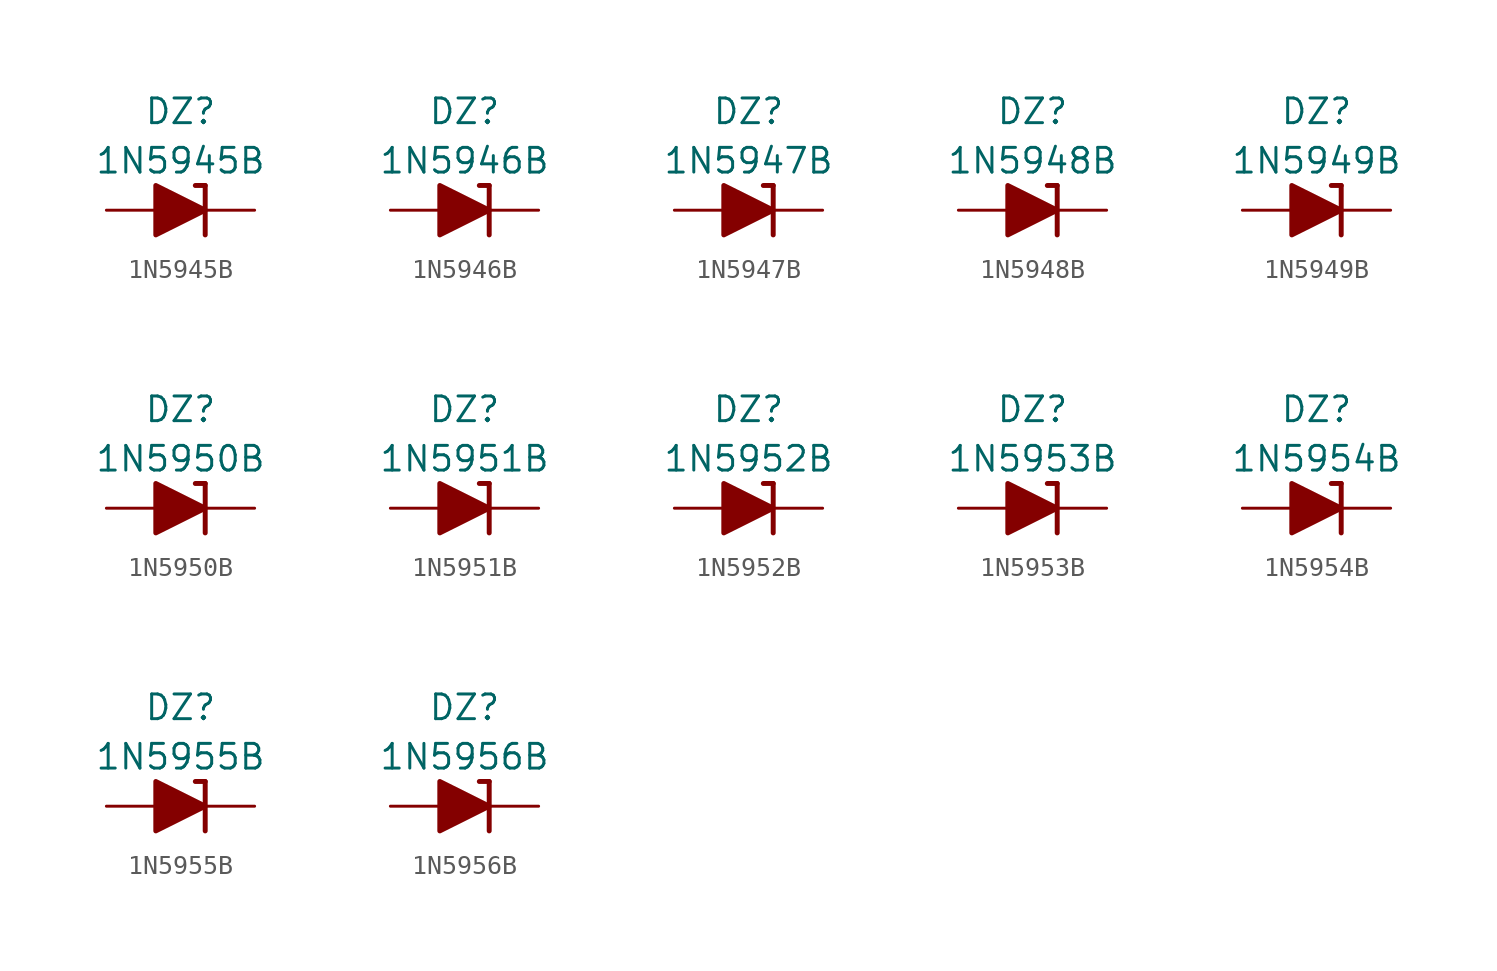
<source format=kicad_sym>
(kicad_symbol_lib
  (version 20211014)
  (generator kicad_symbol_editor)
  (symbol "1N5945B"
    (pin_numbers hide)
    (pin_names
      (offset 1.016) hide)
    (property "Reference" "DZ"
      (at 0 5.08 0)
      (effects (font (size 1.27 1.27))))
    (property "Value" "1N5945B"
      (at 0 2.54 0)
      (effects (font (size 1.27 1.27))))
    (symbol "1N5945B_0_1"
      (polyline (pts (xy -1.27 0) (xy 1.27 0)) (stroke (width 0) (type default) (color 0 0 0 0)) (fill (type none)))
      (polyline (pts (xy 1.27 1.27) (xy 0.762 1.27)) (stroke (width 0.254) (type default) (color 0 0 0 0)) (fill (type none)))
      (polyline (pts (xy 1.27 1.27) (xy 1.27 -1.27)) (stroke (width 0.254) (type default) (color 0 0 0 0)) (fill (type none)))
      (polyline (pts (xy -1.27 -1.27) (xy -1.27 1.27) (xy 1.27 0) (xy -1.27 -1.27)) (stroke (width 0.254) (type default) (color 0 0 0 0)) (fill (type outline))))
    (symbol "1N5945B_1_1"
      (pin passive line (at 3.81 0 180) (length 2.54) (name "K" (effects (font (size 1.27 1.27)))) (number "1" (effects (font (size 1.27 1.27)))))
      (pin passive line (at -3.81 0 0) (length 2.54) (name "A" (effects (font (size 1.27 1.27)))) (number "2" (effects (font (size 1.27 1.27)))))))
  (symbol "1N5946B"
    (pin_numbers hide)
    (pin_names
      (offset 1.016) hide)
    (property "Reference" "DZ"
      (at 0 5.08 0)
      (effects (font (size 1.27 1.27))))
    (property "Value" "1N5946B"
      (at 0 2.54 0)
      (effects (font (size 1.27 1.27))))
    (symbol "1N5946B_0_1"
      (polyline (pts (xy -1.27 0) (xy 1.27 0)) (stroke (width 0) (type default) (color 0 0 0 0)) (fill (type none)))
      (polyline (pts (xy 1.27 1.27) (xy 0.762 1.27)) (stroke (width 0.254) (type default) (color 0 0 0 0)) (fill (type none)))
      (polyline (pts (xy 1.27 1.27) (xy 1.27 -1.27)) (stroke (width 0.254) (type default) (color 0 0 0 0)) (fill (type none)))
      (polyline (pts (xy -1.27 -1.27) (xy -1.27 1.27) (xy 1.27 0) (xy -1.27 -1.27)) (stroke (width 0.254) (type default) (color 0 0 0 0)) (fill (type outline))))
    (symbol "1N5946B_1_1"
      (pin passive line (at 3.81 0 180) (length 2.54) (name "K" (effects (font (size 1.27 1.27)))) (number "1" (effects (font (size 1.27 1.27)))))
      (pin passive line (at -3.81 0 0) (length 2.54) (name "A" (effects (font (size 1.27 1.27)))) (number "2" (effects (font (size 1.27 1.27)))))))
  (symbol "1N5947B"
    (pin_numbers hide)
    (pin_names
      (offset 1.016) hide)
    (property "Reference" "DZ"
      (at 0 5.08 0)
      (effects (font (size 1.27 1.27))))
    (property "Value" "1N5947B"
      (at 0 2.54 0)
      (effects (font (size 1.27 1.27))))
    (symbol "1N5947B_0_1"
      (polyline (pts (xy -1.27 0) (xy 1.27 0)) (stroke (width 0) (type default) (color 0 0 0 0)) (fill (type none)))
      (polyline (pts (xy 1.27 1.27) (xy 0.762 1.27)) (stroke (width 0.254) (type default) (color 0 0 0 0)) (fill (type none)))
      (polyline (pts (xy 1.27 1.27) (xy 1.27 -1.27)) (stroke (width 0.254) (type default) (color 0 0 0 0)) (fill (type none)))
      (polyline (pts (xy -1.27 -1.27) (xy -1.27 1.27) (xy 1.27 0) (xy -1.27 -1.27)) (stroke (width 0.254) (type default) (color 0 0 0 0)) (fill (type outline))))
    (symbol "1N5947B_1_1"
      (pin passive line (at 3.81 0 180) (length 2.54) (name "K" (effects (font (size 1.27 1.27)))) (number "1" (effects (font (size 1.27 1.27)))))
      (pin passive line (at -3.81 0 0) (length 2.54) (name "A" (effects (font (size 1.27 1.27)))) (number "2" (effects (font (size 1.27 1.27)))))))
  (symbol "1N5948B"
    (pin_numbers hide)
    (pin_names
      (offset 1.016) hide)
    (property "Reference" "DZ"
      (at 0 5.08 0)
      (effects (font (size 1.27 1.27))))
    (property "Value" "1N5948B"
      (at 0 2.54 0)
      (effects (font (size 1.27 1.27))))
    (symbol "1N5948B_0_1"
      (polyline (pts (xy -1.27 0) (xy 1.27 0)) (stroke (width 0) (type default) (color 0 0 0 0)) (fill (type none)))
      (polyline (pts (xy 1.27 1.27) (xy 0.762 1.27)) (stroke (width 0.254) (type default) (color 0 0 0 0)) (fill (type none)))
      (polyline (pts (xy 1.27 1.27) (xy 1.27 -1.27)) (stroke (width 0.254) (type default) (color 0 0 0 0)) (fill (type none)))
      (polyline (pts (xy -1.27 -1.27) (xy -1.27 1.27) (xy 1.27 0) (xy -1.27 -1.27)) (stroke (width 0.254) (type default) (color 0 0 0 0)) (fill (type outline))))
    (symbol "1N5948B_1_1"
      (pin passive line (at 3.81 0 180) (length 2.54) (name "K" (effects (font (size 1.27 1.27)))) (number "1" (effects (font (size 1.27 1.27)))))
      (pin passive line (at -3.81 0 0) (length 2.54) (name "A" (effects (font (size 1.27 1.27)))) (number "2" (effects (font (size 1.27 1.27)))))))
  (symbol "1N5949B"
    (pin_numbers hide)
    (pin_names
      (offset 1.016) hide)
    (property "Reference" "DZ"
      (at 0 5.08 0)
      (effects (font (size 1.27 1.27))))
    (property "Value" "1N5949B"
      (at 0 2.54 0)
      (effects (font (size 1.27 1.27))))
    (symbol "1N5949B_0_1"
      (polyline (pts (xy -1.27 0) (xy 1.27 0)) (stroke (width 0) (type default) (color 0 0 0 0)) (fill (type none)))
      (polyline (pts (xy 1.27 1.27) (xy 0.762 1.27)) (stroke (width 0.254) (type default) (color 0 0 0 0)) (fill (type none)))
      (polyline (pts (xy 1.27 1.27) (xy 1.27 -1.27)) (stroke (width 0.254) (type default) (color 0 0 0 0)) (fill (type none)))
      (polyline (pts (xy -1.27 -1.27) (xy -1.27 1.27) (xy 1.27 0) (xy -1.27 -1.27)) (stroke (width 0.254) (type default) (color 0 0 0 0)) (fill (type outline))))
    (symbol "1N5949B_1_1"
      (pin passive line (at 3.81 0 180) (length 2.54) (name "K" (effects (font (size 1.27 1.27)))) (number "1" (effects (font (size 1.27 1.27)))))
      (pin passive line (at -3.81 0 0) (length 2.54) (name "A" (effects (font (size 1.27 1.27)))) (number "2" (effects (font (size 1.27 1.27)))))))
  (symbol "1N5950B"
    (pin_numbers hide)
    (pin_names
      (offset 1.016) hide)
    (property "Reference" "DZ"
      (at 0 5.08 0)
      (effects (font (size 1.27 1.27))))
    (property "Value" "1N5950B"
      (at 0 2.54 0)
      (effects (font (size 1.27 1.27))))
    (symbol "1N5950B_0_1"
      (polyline (pts (xy -1.27 0) (xy 1.27 0)) (stroke (width 0) (type default) (color 0 0 0 0)) (fill (type none)))
      (polyline (pts (xy 1.27 1.27) (xy 0.762 1.27)) (stroke (width 0.254) (type default) (color 0 0 0 0)) (fill (type none)))
      (polyline (pts (xy 1.27 1.27) (xy 1.27 -1.27)) (stroke (width 0.254) (type default) (color 0 0 0 0)) (fill (type none)))
      (polyline (pts (xy -1.27 -1.27) (xy -1.27 1.27) (xy 1.27 0) (xy -1.27 -1.27)) (stroke (width 0.254) (type default) (color 0 0 0 0)) (fill (type outline))))
    (symbol "1N5950B_1_1"
      (pin passive line (at 3.81 0 180) (length 2.54) (name "K" (effects (font (size 1.27 1.27)))) (number "1" (effects (font (size 1.27 1.27)))))
      (pin passive line (at -3.81 0 0) (length 2.54) (name "A" (effects (font (size 1.27 1.27)))) (number "2" (effects (font (size 1.27 1.27)))))))
  (symbol "1N5951B"
    (pin_numbers hide)
    (pin_names
      (offset 1.016) hide)
    (property "Reference" "DZ"
      (at 0 5.08 0)
      (effects (font (size 1.27 1.27))))
    (property "Value" "1N5951B"
      (at 0 2.54 0)
      (effects (font (size 1.27 1.27))))
    (symbol "1N5951B_0_1"
      (polyline (pts (xy -1.27 0) (xy 1.27 0)) (stroke (width 0) (type default) (color 0 0 0 0)) (fill (type none)))
      (polyline (pts (xy 1.27 1.27) (xy 0.762 1.27)) (stroke (width 0.254) (type default) (color 0 0 0 0)) (fill (type none)))
      (polyline (pts (xy 1.27 1.27) (xy 1.27 -1.27)) (stroke (width 0.254) (type default) (color 0 0 0 0)) (fill (type none)))
      (polyline (pts (xy -1.27 -1.27) (xy -1.27 1.27) (xy 1.27 0) (xy -1.27 -1.27)) (stroke (width 0.254) (type default) (color 0 0 0 0)) (fill (type outline))))
    (symbol "1N5951B_1_1"
      (pin passive line (at 3.81 0 180) (length 2.54) (name "K" (effects (font (size 1.27 1.27)))) (number "1" (effects (font (size 1.27 1.27)))))
      (pin passive line (at -3.81 0 0) (length 2.54) (name "A" (effects (font (size 1.27 1.27)))) (number "2" (effects (font (size 1.27 1.27)))))))
  (symbol "1N5952B"
    (pin_numbers hide)
    (pin_names
      (offset 1.016) hide)
    (property "Reference" "DZ"
      (at 0 5.08 0)
      (effects (font (size 1.27 1.27))))
    (property "Value" "1N5952B"
      (at 0 2.54 0)
      (effects (font (size 1.27 1.27))))
    (symbol "1N5952B_0_1"
      (polyline (pts (xy -1.27 0) (xy 1.27 0)) (stroke (width 0) (type default) (color 0 0 0 0)) (fill (type none)))
      (polyline (pts (xy 1.27 1.27) (xy 0.762 1.27)) (stroke (width 0.254) (type default) (color 0 0 0 0)) (fill (type none)))
      (polyline (pts (xy 1.27 1.27) (xy 1.27 -1.27)) (stroke (width 0.254) (type default) (color 0 0 0 0)) (fill (type none)))
      (polyline (pts (xy -1.27 -1.27) (xy -1.27 1.27) (xy 1.27 0) (xy -1.27 -1.27)) (stroke (width 0.254) (type default) (color 0 0 0 0)) (fill (type outline))))
    (symbol "1N5952B_1_1"
      (pin passive line (at 3.81 0 180) (length 2.54) (name "K" (effects (font (size 1.27 1.27)))) (number "1" (effects (font (size 1.27 1.27)))))
      (pin passive line (at -3.81 0 0) (length 2.54) (name "A" (effects (font (size 1.27 1.27)))) (number "2" (effects (font (size 1.27 1.27)))))))
  (symbol "1N5953B"
    (pin_numbers hide)
    (pin_names
      (offset 1.016) hide)
    (property "Reference" "DZ"
      (at 0 5.08 0)
      (effects (font (size 1.27 1.27))))
    (property "Value" "1N5953B"
      (at 0 2.54 0)
      (effects (font (size 1.27 1.27))))
    (symbol "1N5953B_0_1"
      (polyline (pts (xy -1.27 0) (xy 1.27 0)) (stroke (width 0) (type default) (color 0 0 0 0)) (fill (type none)))
      (polyline (pts (xy 1.27 1.27) (xy 0.762 1.27)) (stroke (width 0.254) (type default) (color 0 0 0 0)) (fill (type none)))
      (polyline (pts (xy 1.27 1.27) (xy 1.27 -1.27)) (stroke (width 0.254) (type default) (color 0 0 0 0)) (fill (type none)))
      (polyline (pts (xy -1.27 -1.27) (xy -1.27 1.27) (xy 1.27 0) (xy -1.27 -1.27)) (stroke (width 0.254) (type default) (color 0 0 0 0)) (fill (type outline))))
    (symbol "1N5953B_1_1"
      (pin passive line (at 3.81 0 180) (length 2.54) (name "K" (effects (font (size 1.27 1.27)))) (number "1" (effects (font (size 1.27 1.27)))))
      (pin passive line (at -3.81 0 0) (length 2.54) (name "A" (effects (font (size 1.27 1.27)))) (number "2" (effects (font (size 1.27 1.27)))))))
  (symbol "1N5954B"
    (pin_numbers hide)
    (pin_names
      (offset 1.016) hide)
    (property "Reference" "DZ"
      (at 0 5.08 0)
      (effects (font (size 1.27 1.27))))
    (property "Value" "1N5954B"
      (at 0 2.54 0)
      (effects (font (size 1.27 1.27))))
    (symbol "1N5954B_0_1"
      (polyline (pts (xy -1.27 0) (xy 1.27 0)) (stroke (width 0) (type default) (color 0 0 0 0)) (fill (type none)))
      (polyline (pts (xy 1.27 1.27) (xy 0.762 1.27)) (stroke (width 0.254) (type default) (color 0 0 0 0)) (fill (type none)))
      (polyline (pts (xy 1.27 1.27) (xy 1.27 -1.27)) (stroke (width 0.254) (type default) (color 0 0 0 0)) (fill (type none)))
      (polyline (pts (xy -1.27 -1.27) (xy -1.27 1.27) (xy 1.27 0) (xy -1.27 -1.27)) (stroke (width 0.254) (type default) (color 0 0 0 0)) (fill (type outline))))
    (symbol "1N5954B_1_1"
      (pin passive line (at 3.81 0 180) (length 2.54) (name "K" (effects (font (size 1.27 1.27)))) (number "1" (effects (font (size 1.27 1.27)))))
      (pin passive line (at -3.81 0 0) (length 2.54) (name "A" (effects (font (size 1.27 1.27)))) (number "2" (effects (font (size 1.27 1.27)))))))
  (symbol "1N5955B"
    (pin_numbers hide)
    (pin_names
      (offset 1.016) hide)
    (property "Reference" "DZ"
      (at 0 5.08 0)
      (effects (font (size 1.27 1.27))))
    (property "Value" "1N5955B"
      (at 0 2.54 0)
      (effects (font (size 1.27 1.27))))
    (symbol "1N5955B_0_1"
      (polyline (pts (xy -1.27 0) (xy 1.27 0)) (stroke (width 0) (type default) (color 0 0 0 0)) (fill (type none)))
      (polyline (pts (xy 1.27 1.27) (xy 0.762 1.27)) (stroke (width 0.254) (type default) (color 0 0 0 0)) (fill (type none)))
      (polyline (pts (xy 1.27 1.27) (xy 1.27 -1.27)) (stroke (width 0.254) (type default) (color 0 0 0 0)) (fill (type none)))
      (polyline (pts (xy -1.27 -1.27) (xy -1.27 1.27) (xy 1.27 0) (xy -1.27 -1.27)) (stroke (width 0.254) (type default) (color 0 0 0 0)) (fill (type outline))))
    (symbol "1N5955B_1_1"
      (pin passive line (at 3.81 0 180) (length 2.54) (name "K" (effects (font (size 1.27 1.27)))) (number "1" (effects (font (size 1.27 1.27)))))
      (pin passive line (at -3.81 0 0) (length 2.54) (name "A" (effects (font (size 1.27 1.27)))) (number "2" (effects (font (size 1.27 1.27)))))))
  (symbol "1N5956B"
    (pin_numbers hide)
    (pin_names
      (offset 1.016) hide)
    (property "Reference" "DZ"
      (at 0 5.08 0)
      (effects (font (size 1.27 1.27))))
    (property "Value" "1N5956B"
      (at 0 2.54 0)
      (effects (font (size 1.27 1.27))))
    (symbol "1N5956B_0_1"
      (polyline (pts (xy -1.27 0) (xy 1.27 0)) (stroke (width 0) (type default) (color 0 0 0 0)) (fill (type none)))
      (polyline (pts (xy 1.27 1.27) (xy 0.762 1.27)) (stroke (width 0.254) (type default) (color 0 0 0 0)) (fill (type none)))
      (polyline (pts (xy 1.27 1.27) (xy 1.27 -1.27)) (stroke (width 0.254) (type default) (color 0 0 0 0)) (fill (type none)))
      (polyline (pts (xy -1.27 -1.27) (xy -1.27 1.27) (xy 1.27 0) (xy -1.27 -1.27)) (stroke (width 0.254) (type default) (color 0 0 0 0)) (fill (type outline))))
    (symbol "1N5956B_1_1"
      (pin passive line (at 3.81 0 180) (length 2.54) (name "K" (effects (font (size 1.27 1.27)))) (number "1" (effects (font (size 1.27 1.27)))))
      (pin passive line (at -3.81 0 0) (length 2.54) (name "A" (effects (font (size 1.27 1.27)))) (number "2" (effects (font (size 1.27 1.27))))))))
</source>
